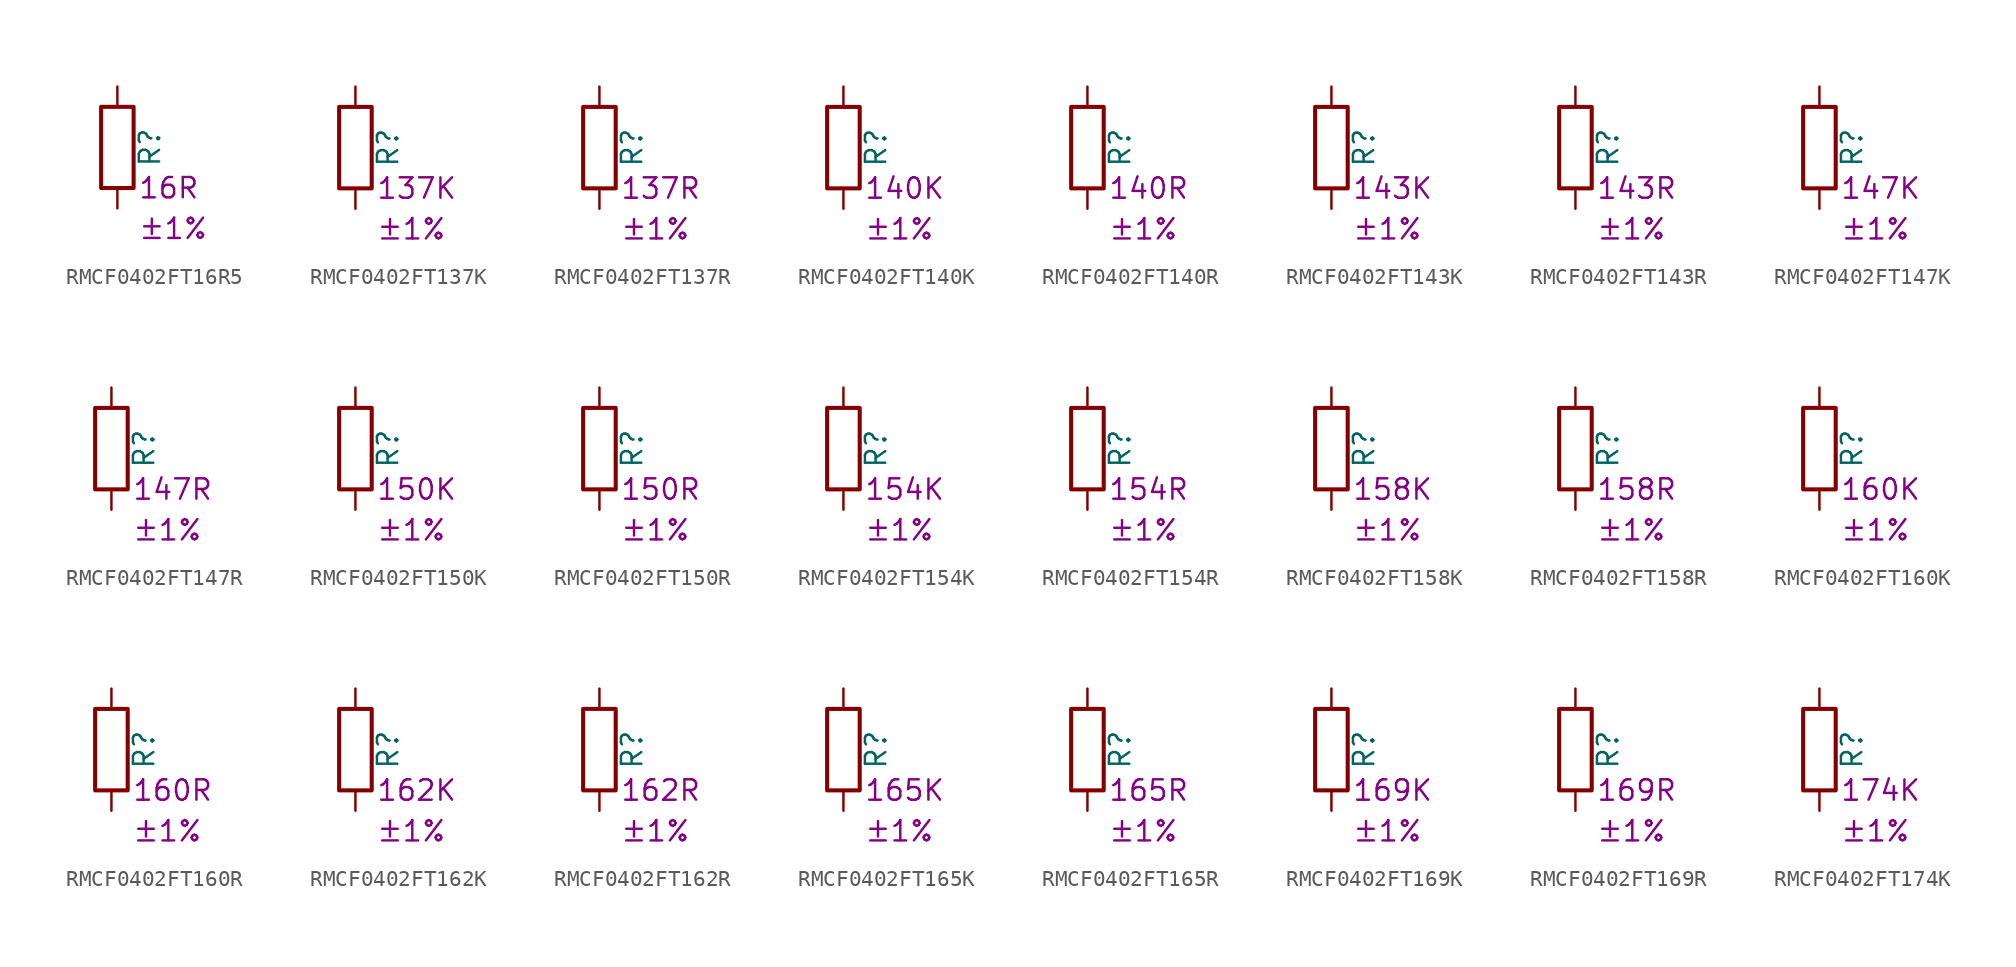
<source format=kicad_sym>
(kicad_symbol_lib
  (version 20220914)
  (generator kicad_symbol_editor)
  (symbol "RMCF0402FT16R5"
    (pin_numbers hide)
    (pin_names
      (offset 0))
    (property "Reference" "R"
      (at 2.032 0 90)
      (effects (font (size 1.27 1.27))))
    (property "Resistance" "16R"
      (at 1.27 -2.54 0)
      (effects (font (size 1.27 1.27)) (justify left)))
    (property "Tolerance" "±1%"
      (at 1.27 -5.08 0)
      (effects (font (size 1.27 1.27)) (justify left)))
    (symbol "RMCF0402FT16R5_0_1"
      (rectangle (start -1.016 -2.54) (end 1.016 2.54) (stroke (width 0.254) (type default)) (fill (type none))))
    (symbol "RMCF0402FT16R5_1_1"
      (pin passive line (at 0 3.81 270) (length 1.27) (name "~" (effects (font (size 1.27 1.27)))) (number "1" (effects (font (size 1.27 1.27)))))
      (pin passive line (at 0 -3.81 90) (length 1.27) (name "~" (effects (font (size 1.27 1.27)))) (number "2" (effects (font (size 1.27 1.27)))))))
  (symbol "RMCF0402FT137K"
    (pin_numbers hide)
    (pin_names
      (offset 0))
    (property "Reference" "R"
      (at 2.032 0 90)
      (effects (font (size 1.27 1.27))))
    (property "Resistance" "137K"
      (at 1.27 -2.54 0)
      (effects (font (size 1.27 1.27)) (justify left)))
    (property "Tolerance" "±1%"
      (at 1.27 -5.08 0)
      (effects (font (size 1.27 1.27)) (justify left)))
    (symbol "RMCF0402FT137K_0_1"
      (rectangle (start -1.016 -2.54) (end 1.016 2.54) (stroke (width 0.254) (type default)) (fill (type none))))
    (symbol "RMCF0402FT137K_1_1"
      (pin passive line (at 0 3.81 270) (length 1.27) (name "~" (effects (font (size 1.27 1.27)))) (number "1" (effects (font (size 1.27 1.27)))))
      (pin passive line (at 0 -3.81 90) (length 1.27) (name "~" (effects (font (size 1.27 1.27)))) (number "2" (effects (font (size 1.27 1.27)))))))
  (symbol "RMCF0402FT137R"
    (pin_numbers hide)
    (pin_names
      (offset 0))
    (property "Reference" "R"
      (at 2.032 0 90)
      (effects (font (size 1.27 1.27))))
    (property "Resistance" "137R"
      (at 1.27 -2.54 0)
      (effects (font (size 1.27 1.27)) (justify left)))
    (property "Tolerance" "±1%"
      (at 1.27 -5.08 0)
      (effects (font (size 1.27 1.27)) (justify left)))
    (symbol "RMCF0402FT137R_0_1"
      (rectangle (start -1.016 -2.54) (end 1.016 2.54) (stroke (width 0.254) (type default)) (fill (type none))))
    (symbol "RMCF0402FT137R_1_1"
      (pin passive line (at 0 3.81 270) (length 1.27) (name "~" (effects (font (size 1.27 1.27)))) (number "1" (effects (font (size 1.27 1.27)))))
      (pin passive line (at 0 -3.81 90) (length 1.27) (name "~" (effects (font (size 1.27 1.27)))) (number "2" (effects (font (size 1.27 1.27)))))))
  (symbol "RMCF0402FT140K"
    (pin_numbers hide)
    (pin_names
      (offset 0))
    (property "Reference" "R"
      (at 2.032 0 90)
      (effects (font (size 1.27 1.27))))
    (property "Resistance" "140K"
      (at 1.27 -2.54 0)
      (effects (font (size 1.27 1.27)) (justify left)))
    (property "Tolerance" "±1%"
      (at 1.27 -5.08 0)
      (effects (font (size 1.27 1.27)) (justify left)))
    (symbol "RMCF0402FT140K_0_1"
      (rectangle (start -1.016 -2.54) (end 1.016 2.54) (stroke (width 0.254) (type default)) (fill (type none))))
    (symbol "RMCF0402FT140K_1_1"
      (pin passive line (at 0 3.81 270) (length 1.27) (name "~" (effects (font (size 1.27 1.27)))) (number "1" (effects (font (size 1.27 1.27)))))
      (pin passive line (at 0 -3.81 90) (length 1.27) (name "~" (effects (font (size 1.27 1.27)))) (number "2" (effects (font (size 1.27 1.27)))))))
  (symbol "RMCF0402FT140R"
    (pin_numbers hide)
    (pin_names
      (offset 0))
    (property "Reference" "R"
      (at 2.032 0 90)
      (effects (font (size 1.27 1.27))))
    (property "Resistance" "140R"
      (at 1.27 -2.54 0)
      (effects (font (size 1.27 1.27)) (justify left)))
    (property "Tolerance" "±1%"
      (at 1.27 -5.08 0)
      (effects (font (size 1.27 1.27)) (justify left)))
    (symbol "RMCF0402FT140R_0_1"
      (rectangle (start -1.016 -2.54) (end 1.016 2.54) (stroke (width 0.254) (type default)) (fill (type none))))
    (symbol "RMCF0402FT140R_1_1"
      (pin passive line (at 0 3.81 270) (length 1.27) (name "~" (effects (font (size 1.27 1.27)))) (number "1" (effects (font (size 1.27 1.27)))))
      (pin passive line (at 0 -3.81 90) (length 1.27) (name "~" (effects (font (size 1.27 1.27)))) (number "2" (effects (font (size 1.27 1.27)))))))
  (symbol "RMCF0402FT143K"
    (pin_numbers hide)
    (pin_names
      (offset 0))
    (property "Reference" "R"
      (at 2.032 0 90)
      (effects (font (size 1.27 1.27))))
    (property "Resistance" "143K"
      (at 1.27 -2.54 0)
      (effects (font (size 1.27 1.27)) (justify left)))
    (property "Tolerance" "±1%"
      (at 1.27 -5.08 0)
      (effects (font (size 1.27 1.27)) (justify left)))
    (symbol "RMCF0402FT143K_0_1"
      (rectangle (start -1.016 -2.54) (end 1.016 2.54) (stroke (width 0.254) (type default)) (fill (type none))))
    (symbol "RMCF0402FT143K_1_1"
      (pin passive line (at 0 3.81 270) (length 1.27) (name "~" (effects (font (size 1.27 1.27)))) (number "1" (effects (font (size 1.27 1.27)))))
      (pin passive line (at 0 -3.81 90) (length 1.27) (name "~" (effects (font (size 1.27 1.27)))) (number "2" (effects (font (size 1.27 1.27)))))))
  (symbol "RMCF0402FT143R"
    (pin_numbers hide)
    (pin_names
      (offset 0))
    (property "Reference" "R"
      (at 2.032 0 90)
      (effects (font (size 1.27 1.27))))
    (property "Resistance" "143R"
      (at 1.27 -2.54 0)
      (effects (font (size 1.27 1.27)) (justify left)))
    (property "Tolerance" "±1%"
      (at 1.27 -5.08 0)
      (effects (font (size 1.27 1.27)) (justify left)))
    (symbol "RMCF0402FT143R_0_1"
      (rectangle (start -1.016 -2.54) (end 1.016 2.54) (stroke (width 0.254) (type default)) (fill (type none))))
    (symbol "RMCF0402FT143R_1_1"
      (pin passive line (at 0 3.81 270) (length 1.27) (name "~" (effects (font (size 1.27 1.27)))) (number "1" (effects (font (size 1.27 1.27)))))
      (pin passive line (at 0 -3.81 90) (length 1.27) (name "~" (effects (font (size 1.27 1.27)))) (number "2" (effects (font (size 1.27 1.27)))))))
  (symbol "RMCF0402FT147K"
    (pin_numbers hide)
    (pin_names
      (offset 0))
    (property "Reference" "R"
      (at 2.032 0 90)
      (effects (font (size 1.27 1.27))))
    (property "Resistance" "147K"
      (at 1.27 -2.54 0)
      (effects (font (size 1.27 1.27)) (justify left)))
    (property "Tolerance" "±1%"
      (at 1.27 -5.08 0)
      (effects (font (size 1.27 1.27)) (justify left)))
    (symbol "RMCF0402FT147K_0_1"
      (rectangle (start -1.016 -2.54) (end 1.016 2.54) (stroke (width 0.254) (type default)) (fill (type none))))
    (symbol "RMCF0402FT147K_1_1"
      (pin passive line (at 0 3.81 270) (length 1.27) (name "~" (effects (font (size 1.27 1.27)))) (number "1" (effects (font (size 1.27 1.27)))))
      (pin passive line (at 0 -3.81 90) (length 1.27) (name "~" (effects (font (size 1.27 1.27)))) (number "2" (effects (font (size 1.27 1.27)))))))
  (symbol "RMCF0402FT147R"
    (pin_numbers hide)
    (pin_names
      (offset 0))
    (property "Reference" "R"
      (at 2.032 0 90)
      (effects (font (size 1.27 1.27))))
    (property "Resistance" "147R"
      (at 1.27 -2.54 0)
      (effects (font (size 1.27 1.27)) (justify left)))
    (property "Tolerance" "±1%"
      (at 1.27 -5.08 0)
      (effects (font (size 1.27 1.27)) (justify left)))
    (symbol "RMCF0402FT147R_0_1"
      (rectangle (start -1.016 -2.54) (end 1.016 2.54) (stroke (width 0.254) (type default)) (fill (type none))))
    (symbol "RMCF0402FT147R_1_1"
      (pin passive line (at 0 3.81 270) (length 1.27) (name "~" (effects (font (size 1.27 1.27)))) (number "1" (effects (font (size 1.27 1.27)))))
      (pin passive line (at 0 -3.81 90) (length 1.27) (name "~" (effects (font (size 1.27 1.27)))) (number "2" (effects (font (size 1.27 1.27)))))))
  (symbol "RMCF0402FT150K"
    (pin_numbers hide)
    (pin_names
      (offset 0))
    (property "Reference" "R"
      (at 2.032 0 90)
      (effects (font (size 1.27 1.27))))
    (property "Resistance" "150K"
      (at 1.27 -2.54 0)
      (effects (font (size 1.27 1.27)) (justify left)))
    (property "Tolerance" "±1%"
      (at 1.27 -5.08 0)
      (effects (font (size 1.27 1.27)) (justify left)))
    (symbol "RMCF0402FT150K_0_1"
      (rectangle (start -1.016 -2.54) (end 1.016 2.54) (stroke (width 0.254) (type default)) (fill (type none))))
    (symbol "RMCF0402FT150K_1_1"
      (pin passive line (at 0 3.81 270) (length 1.27) (name "~" (effects (font (size 1.27 1.27)))) (number "1" (effects (font (size 1.27 1.27)))))
      (pin passive line (at 0 -3.81 90) (length 1.27) (name "~" (effects (font (size 1.27 1.27)))) (number "2" (effects (font (size 1.27 1.27)))))))
  (symbol "RMCF0402FT150R"
    (pin_numbers hide)
    (pin_names
      (offset 0))
    (property "Reference" "R"
      (at 2.032 0 90)
      (effects (font (size 1.27 1.27))))
    (property "Resistance" "150R"
      (at 1.27 -2.54 0)
      (effects (font (size 1.27 1.27)) (justify left)))
    (property "Tolerance" "±1%"
      (at 1.27 -5.08 0)
      (effects (font (size 1.27 1.27)) (justify left)))
    (symbol "RMCF0402FT150R_0_1"
      (rectangle (start -1.016 -2.54) (end 1.016 2.54) (stroke (width 0.254) (type default)) (fill (type none))))
    (symbol "RMCF0402FT150R_1_1"
      (pin passive line (at 0 3.81 270) (length 1.27) (name "~" (effects (font (size 1.27 1.27)))) (number "1" (effects (font (size 1.27 1.27)))))
      (pin passive line (at 0 -3.81 90) (length 1.27) (name "~" (effects (font (size 1.27 1.27)))) (number "2" (effects (font (size 1.27 1.27)))))))
  (symbol "RMCF0402FT154K"
    (pin_numbers hide)
    (pin_names
      (offset 0))
    (property "Reference" "R"
      (at 2.032 0 90)
      (effects (font (size 1.27 1.27))))
    (property "Resistance" "154K"
      (at 1.27 -2.54 0)
      (effects (font (size 1.27 1.27)) (justify left)))
    (property "Tolerance" "±1%"
      (at 1.27 -5.08 0)
      (effects (font (size 1.27 1.27)) (justify left)))
    (symbol "RMCF0402FT154K_0_1"
      (rectangle (start -1.016 -2.54) (end 1.016 2.54) (stroke (width 0.254) (type default)) (fill (type none))))
    (symbol "RMCF0402FT154K_1_1"
      (pin passive line (at 0 3.81 270) (length 1.27) (name "~" (effects (font (size 1.27 1.27)))) (number "1" (effects (font (size 1.27 1.27)))))
      (pin passive line (at 0 -3.81 90) (length 1.27) (name "~" (effects (font (size 1.27 1.27)))) (number "2" (effects (font (size 1.27 1.27)))))))
  (symbol "RMCF0402FT154R"
    (pin_numbers hide)
    (pin_names
      (offset 0))
    (property "Reference" "R"
      (at 2.032 0 90)
      (effects (font (size 1.27 1.27))))
    (property "Resistance" "154R"
      (at 1.27 -2.54 0)
      (effects (font (size 1.27 1.27)) (justify left)))
    (property "Tolerance" "±1%"
      (at 1.27 -5.08 0)
      (effects (font (size 1.27 1.27)) (justify left)))
    (symbol "RMCF0402FT154R_0_1"
      (rectangle (start -1.016 -2.54) (end 1.016 2.54) (stroke (width 0.254) (type default)) (fill (type none))))
    (symbol "RMCF0402FT154R_1_1"
      (pin passive line (at 0 3.81 270) (length 1.27) (name "~" (effects (font (size 1.27 1.27)))) (number "1" (effects (font (size 1.27 1.27)))))
      (pin passive line (at 0 -3.81 90) (length 1.27) (name "~" (effects (font (size 1.27 1.27)))) (number "2" (effects (font (size 1.27 1.27)))))))
  (symbol "RMCF0402FT158K"
    (pin_numbers hide)
    (pin_names
      (offset 0))
    (property "Reference" "R"
      (at 2.032 0 90)
      (effects (font (size 1.27 1.27))))
    (property "Resistance" "158K"
      (at 1.27 -2.54 0)
      (effects (font (size 1.27 1.27)) (justify left)))
    (property "Tolerance" "±1%"
      (at 1.27 -5.08 0)
      (effects (font (size 1.27 1.27)) (justify left)))
    (symbol "RMCF0402FT158K_0_1"
      (rectangle (start -1.016 -2.54) (end 1.016 2.54) (stroke (width 0.254) (type default)) (fill (type none))))
    (symbol "RMCF0402FT158K_1_1"
      (pin passive line (at 0 3.81 270) (length 1.27) (name "~" (effects (font (size 1.27 1.27)))) (number "1" (effects (font (size 1.27 1.27)))))
      (pin passive line (at 0 -3.81 90) (length 1.27) (name "~" (effects (font (size 1.27 1.27)))) (number "2" (effects (font (size 1.27 1.27)))))))
  (symbol "RMCF0402FT158R"
    (pin_numbers hide)
    (pin_names
      (offset 0))
    (property "Reference" "R"
      (at 2.032 0 90)
      (effects (font (size 1.27 1.27))))
    (property "Resistance" "158R"
      (at 1.27 -2.54 0)
      (effects (font (size 1.27 1.27)) (justify left)))
    (property "Tolerance" "±1%"
      (at 1.27 -5.08 0)
      (effects (font (size 1.27 1.27)) (justify left)))
    (symbol "RMCF0402FT158R_0_1"
      (rectangle (start -1.016 -2.54) (end 1.016 2.54) (stroke (width 0.254) (type default)) (fill (type none))))
    (symbol "RMCF0402FT158R_1_1"
      (pin passive line (at 0 3.81 270) (length 1.27) (name "~" (effects (font (size 1.27 1.27)))) (number "1" (effects (font (size 1.27 1.27)))))
      (pin passive line (at 0 -3.81 90) (length 1.27) (name "~" (effects (font (size 1.27 1.27)))) (number "2" (effects (font (size 1.27 1.27)))))))
  (symbol "RMCF0402FT160K"
    (pin_numbers hide)
    (pin_names
      (offset 0))
    (property "Reference" "R"
      (at 2.032 0 90)
      (effects (font (size 1.27 1.27))))
    (property "Resistance" "160K"
      (at 1.27 -2.54 0)
      (effects (font (size 1.27 1.27)) (justify left)))
    (property "Tolerance" "±1%"
      (at 1.27 -5.08 0)
      (effects (font (size 1.27 1.27)) (justify left)))
    (symbol "RMCF0402FT160K_0_1"
      (rectangle (start -1.016 -2.54) (end 1.016 2.54) (stroke (width 0.254) (type default)) (fill (type none))))
    (symbol "RMCF0402FT160K_1_1"
      (pin passive line (at 0 3.81 270) (length 1.27) (name "~" (effects (font (size 1.27 1.27)))) (number "1" (effects (font (size 1.27 1.27)))))
      (pin passive line (at 0 -3.81 90) (length 1.27) (name "~" (effects (font (size 1.27 1.27)))) (number "2" (effects (font (size 1.27 1.27)))))))
  (symbol "RMCF0402FT160R"
    (pin_numbers hide)
    (pin_names
      (offset 0))
    (property "Reference" "R"
      (at 2.032 0 90)
      (effects (font (size 1.27 1.27))))
    (property "Resistance" "160R"
      (at 1.27 -2.54 0)
      (effects (font (size 1.27 1.27)) (justify left)))
    (property "Tolerance" "±1%"
      (at 1.27 -5.08 0)
      (effects (font (size 1.27 1.27)) (justify left)))
    (symbol "RMCF0402FT160R_0_1"
      (rectangle (start -1.016 -2.54) (end 1.016 2.54) (stroke (width 0.254) (type default)) (fill (type none))))
    (symbol "RMCF0402FT160R_1_1"
      (pin passive line (at 0 3.81 270) (length 1.27) (name "~" (effects (font (size 1.27 1.27)))) (number "1" (effects (font (size 1.27 1.27)))))
      (pin passive line (at 0 -3.81 90) (length 1.27) (name "~" (effects (font (size 1.27 1.27)))) (number "2" (effects (font (size 1.27 1.27)))))))
  (symbol "RMCF0402FT162K"
    (pin_numbers hide)
    (pin_names
      (offset 0))
    (property "Reference" "R"
      (at 2.032 0 90)
      (effects (font (size 1.27 1.27))))
    (property "Resistance" "162K"
      (at 1.27 -2.54 0)
      (effects (font (size 1.27 1.27)) (justify left)))
    (property "Tolerance" "±1%"
      (at 1.27 -5.08 0)
      (effects (font (size 1.27 1.27)) (justify left)))
    (symbol "RMCF0402FT162K_0_1"
      (rectangle (start -1.016 -2.54) (end 1.016 2.54) (stroke (width 0.254) (type default)) (fill (type none))))
    (symbol "RMCF0402FT162K_1_1"
      (pin passive line (at 0 3.81 270) (length 1.27) (name "~" (effects (font (size 1.27 1.27)))) (number "1" (effects (font (size 1.27 1.27)))))
      (pin passive line (at 0 -3.81 90) (length 1.27) (name "~" (effects (font (size 1.27 1.27)))) (number "2" (effects (font (size 1.27 1.27)))))))
  (symbol "RMCF0402FT162R"
    (pin_numbers hide)
    (pin_names
      (offset 0))
    (property "Reference" "R"
      (at 2.032 0 90)
      (effects (font (size 1.27 1.27))))
    (property "Resistance" "162R"
      (at 1.27 -2.54 0)
      (effects (font (size 1.27 1.27)) (justify left)))
    (property "Tolerance" "±1%"
      (at 1.27 -5.08 0)
      (effects (font (size 1.27 1.27)) (justify left)))
    (symbol "RMCF0402FT162R_0_1"
      (rectangle (start -1.016 -2.54) (end 1.016 2.54) (stroke (width 0.254) (type default)) (fill (type none))))
    (symbol "RMCF0402FT162R_1_1"
      (pin passive line (at 0 3.81 270) (length 1.27) (name "~" (effects (font (size 1.27 1.27)))) (number "1" (effects (font (size 1.27 1.27)))))
      (pin passive line (at 0 -3.81 90) (length 1.27) (name "~" (effects (font (size 1.27 1.27)))) (number "2" (effects (font (size 1.27 1.27)))))))
  (symbol "RMCF0402FT165K"
    (pin_numbers hide)
    (pin_names
      (offset 0))
    (property "Reference" "R"
      (at 2.032 0 90)
      (effects (font (size 1.27 1.27))))
    (property "Resistance" "165K"
      (at 1.27 -2.54 0)
      (effects (font (size 1.27 1.27)) (justify left)))
    (property "Tolerance" "±1%"
      (at 1.27 -5.08 0)
      (effects (font (size 1.27 1.27)) (justify left)))
    (symbol "RMCF0402FT165K_0_1"
      (rectangle (start -1.016 -2.54) (end 1.016 2.54) (stroke (width 0.254) (type default)) (fill (type none))))
    (symbol "RMCF0402FT165K_1_1"
      (pin passive line (at 0 3.81 270) (length 1.27) (name "~" (effects (font (size 1.27 1.27)))) (number "1" (effects (font (size 1.27 1.27)))))
      (pin passive line (at 0 -3.81 90) (length 1.27) (name "~" (effects (font (size 1.27 1.27)))) (number "2" (effects (font (size 1.27 1.27)))))))
  (symbol "RMCF0402FT165R"
    (pin_numbers hide)
    (pin_names
      (offset 0))
    (property "Reference" "R"
      (at 2.032 0 90)
      (effects (font (size 1.27 1.27))))
    (property "Resistance" "165R"
      (at 1.27 -2.54 0)
      (effects (font (size 1.27 1.27)) (justify left)))
    (property "Tolerance" "±1%"
      (at 1.27 -5.08 0)
      (effects (font (size 1.27 1.27)) (justify left)))
    (symbol "RMCF0402FT165R_0_1"
      (rectangle (start -1.016 -2.54) (end 1.016 2.54) (stroke (width 0.254) (type default)) (fill (type none))))
    (symbol "RMCF0402FT165R_1_1"
      (pin passive line (at 0 3.81 270) (length 1.27) (name "~" (effects (font (size 1.27 1.27)))) (number "1" (effects (font (size 1.27 1.27)))))
      (pin passive line (at 0 -3.81 90) (length 1.27) (name "~" (effects (font (size 1.27 1.27)))) (number "2" (effects (font (size 1.27 1.27)))))))
  (symbol "RMCF0402FT169K"
    (pin_numbers hide)
    (pin_names
      (offset 0))
    (property "Reference" "R"
      (at 2.032 0 90)
      (effects (font (size 1.27 1.27))))
    (property "Resistance" "169K"
      (at 1.27 -2.54 0)
      (effects (font (size 1.27 1.27)) (justify left)))
    (property "Tolerance" "±1%"
      (at 1.27 -5.08 0)
      (effects (font (size 1.27 1.27)) (justify left)))
    (symbol "RMCF0402FT169K_0_1"
      (rectangle (start -1.016 -2.54) (end 1.016 2.54) (stroke (width 0.254) (type default)) (fill (type none))))
    (symbol "RMCF0402FT169K_1_1"
      (pin passive line (at 0 3.81 270) (length 1.27) (name "~" (effects (font (size 1.27 1.27)))) (number "1" (effects (font (size 1.27 1.27)))))
      (pin passive line (at 0 -3.81 90) (length 1.27) (name "~" (effects (font (size 1.27 1.27)))) (number "2" (effects (font (size 1.27 1.27)))))))
  (symbol "RMCF0402FT169R"
    (pin_numbers hide)
    (pin_names
      (offset 0))
    (property "Reference" "R"
      (at 2.032 0 90)
      (effects (font (size 1.27 1.27))))
    (property "Resistance" "169R"
      (at 1.27 -2.54 0)
      (effects (font (size 1.27 1.27)) (justify left)))
    (property "Tolerance" "±1%"
      (at 1.27 -5.08 0)
      (effects (font (size 1.27 1.27)) (justify left)))
    (symbol "RMCF0402FT169R_0_1"
      (rectangle (start -1.016 -2.54) (end 1.016 2.54) (stroke (width 0.254) (type default)) (fill (type none))))
    (symbol "RMCF0402FT169R_1_1"
      (pin passive line (at 0 3.81 270) (length 1.27) (name "~" (effects (font (size 1.27 1.27)))) (number "1" (effects (font (size 1.27 1.27)))))
      (pin passive line (at 0 -3.81 90) (length 1.27) (name "~" (effects (font (size 1.27 1.27)))) (number "2" (effects (font (size 1.27 1.27)))))))
  (symbol "RMCF0402FT174K"
    (pin_numbers hide)
    (pin_names
      (offset 0))
    (property "Reference" "R"
      (at 2.032 0 90)
      (effects (font (size 1.27 1.27))))
    (property "Resistance" "174K"
      (at 1.27 -2.54 0)
      (effects (font (size 1.27 1.27)) (justify left)))
    (property "Tolerance" "±1%"
      (at 1.27 -5.08 0)
      (effects (font (size 1.27 1.27)) (justify left)))
    (symbol "RMCF0402FT174K_0_1"
      (rectangle (start -1.016 -2.54) (end 1.016 2.54) (stroke (width 0.254) (type default)) (fill (type none))))
    (symbol "RMCF0402FT174K_1_1"
      (pin passive line (at 0 3.81 270) (length 1.27) (name "~" (effects (font (size 1.27 1.27)))) (number "1" (effects (font (size 1.27 1.27)))))
      (pin passive line (at 0 -3.81 90) (length 1.27) (name "~" (effects (font (size 1.27 1.27)))) (number "2" (effects (font (size 1.27 1.27))))))))
</source>
